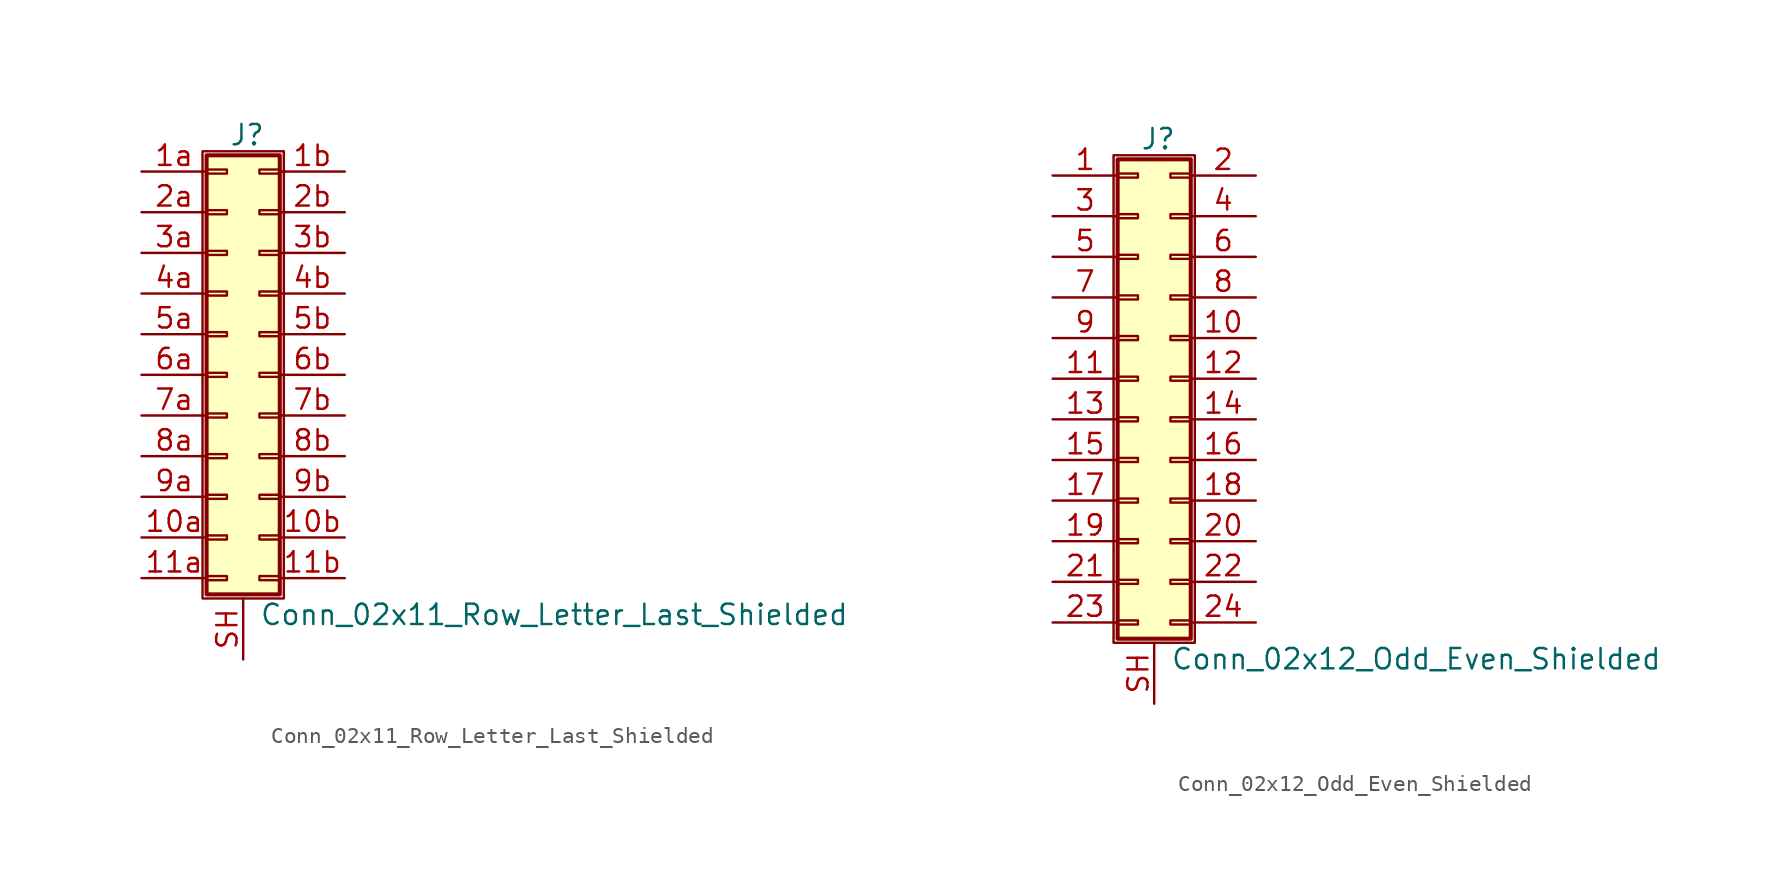
<source format=kicad_sym>
(kicad_symbol_lib
  (version 20211014)
  (generator kicad_symbol_editor)
  (symbol "Conn_02x11_Row_Letter_Last_Shielded"
    (pin_names
      (offset 1.016) hide)
    (property "Reference" "J"
      (at 1.524 14.986 0)
      (effects (font (size 1.27 1.27))))
    (property "Value" "Conn_02x11_Row_Letter_Last_Shielded"
      (at 2.286 -14.986 0)
      (effects (font (size 1.27 1.27)) (justify left)))
    (symbol "Conn_02x11_Row_Letter_Last_Shielded_1_1"
      (rectangle (start -1.27 13.97) (end 3.81 -13.97) (stroke (width 0.152) (type default) (color 0 0 0 0)) (fill (type none)))
      (rectangle (start -1.016 -12.573) (end 0.254 -12.827) (stroke (width 0.152) (type default) (color 0 0 0 0)) (fill (type none)))
      (rectangle (start -1.016 -10.033) (end 0.254 -10.287) (stroke (width 0.152) (type default) (color 0 0 0 0)) (fill (type none)))
      (rectangle (start -1.016 -7.493) (end 0.254 -7.747) (stroke (width 0.152) (type default) (color 0 0 0 0)) (fill (type none)))
      (rectangle (start -1.016 -4.953) (end 0.254 -5.207) (stroke (width 0.152) (type default) (color 0 0 0 0)) (fill (type none)))
      (rectangle (start -1.016 -2.413) (end 0.254 -2.667) (stroke (width 0.152) (type default) (color 0 0 0 0)) (fill (type none)))
      (rectangle (start -1.016 0.127) (end 0.254 -0.127) (stroke (width 0.152) (type default) (color 0 0 0 0)) (fill (type none)))
      (rectangle (start -1.016 2.667) (end 0.254 2.413) (stroke (width 0.152) (type default) (color 0 0 0 0)) (fill (type none)))
      (rectangle (start -1.016 5.207) (end 0.254 4.953) (stroke (width 0.152) (type default) (color 0 0 0 0)) (fill (type none)))
      (rectangle (start -1.016 7.747) (end 0.254 7.493) (stroke (width 0.152) (type default) (color 0 0 0 0)) (fill (type none)))
      (rectangle (start -1.016 10.287) (end 0.254 10.033) (stroke (width 0.152) (type default) (color 0 0 0 0)) (fill (type none)))
      (rectangle (start -1.016 12.827) (end 0.254 12.573) (stroke (width 0.152) (type default) (color 0 0 0 0)) (fill (type none)))
      (rectangle (start -1.016 13.716) (end 3.556 -13.716) (stroke (width 0.254) (type default) (color 0 0 0 0)) (fill (type background)))
      (rectangle (start 3.556 -12.573) (end 2.286 -12.827) (stroke (width 0.152) (type default) (color 0 0 0 0)) (fill (type none)))
      (rectangle (start 3.556 -10.033) (end 2.286 -10.287) (stroke (width 0.152) (type default) (color 0 0 0 0)) (fill (type none)))
      (rectangle (start 3.556 -7.493) (end 2.286 -7.747) (stroke (width 0.152) (type default) (color 0 0 0 0)) (fill (type none)))
      (rectangle (start 3.556 -4.953) (end 2.286 -5.207) (stroke (width 0.152) (type default) (color 0 0 0 0)) (fill (type none)))
      (rectangle (start 3.556 -2.413) (end 2.286 -2.667) (stroke (width 0.152) (type default) (color 0 0 0 0)) (fill (type none)))
      (rectangle (start 3.556 0.127) (end 2.286 -0.127) (stroke (width 0.152) (type default) (color 0 0 0 0)) (fill (type none)))
      (rectangle (start 3.556 2.667) (end 2.286 2.413) (stroke (width 0.152) (type default) (color 0 0 0 0)) (fill (type none)))
      (rectangle (start 3.556 5.207) (end 2.286 4.953) (stroke (width 0.152) (type default) (color 0 0 0 0)) (fill (type none)))
      (rectangle (start 3.556 7.747) (end 2.286 7.493) (stroke (width 0.152) (type default) (color 0 0 0 0)) (fill (type none)))
      (rectangle (start 3.556 10.287) (end 2.286 10.033) (stroke (width 0.152) (type default) (color 0 0 0 0)) (fill (type none)))
      (rectangle (start 3.556 12.827) (end 2.286 12.573) (stroke (width 0.152) (type default) (color 0 0 0 0)) (fill (type none)))
      (pin passive line (at -5.08 -10.16 0) (length 4.064) (name "Pin_10a" (effects (font (size 1.27 1.27)))) (number "10a" (effects (font (size 1.27 1.27)))))
      (pin passive line (at 7.62 -10.16 180) (length 4.064) (name "Pin_10b" (effects (font (size 1.27 1.27)))) (number "10b" (effects (font (size 1.27 1.27)))))
      (pin passive line (at -5.08 -12.7 0) (length 4.064) (name "Pin_11a" (effects (font (size 1.27 1.27)))) (number "11a" (effects (font (size 1.27 1.27)))))
      (pin passive line (at 7.62 -12.7 180) (length 4.064) (name "Pin_11b" (effects (font (size 1.27 1.27)))) (number "11b" (effects (font (size 1.27 1.27)))))
      (pin passive line (at -5.08 12.7 0) (length 4.064) (name "Pin_1a" (effects (font (size 1.27 1.27)))) (number "1a" (effects (font (size 1.27 1.27)))))
      (pin passive line (at 7.62 12.7 180) (length 4.064) (name "Pin_1b" (effects (font (size 1.27 1.27)))) (number "1b" (effects (font (size 1.27 1.27)))))
      (pin passive line (at -5.08 10.16 0) (length 4.064) (name "Pin_2a" (effects (font (size 1.27 1.27)))) (number "2a" (effects (font (size 1.27 1.27)))))
      (pin passive line (at 7.62 10.16 180) (length 4.064) (name "Pin_2b" (effects (font (size 1.27 1.27)))) (number "2b" (effects (font (size 1.27 1.27)))))
      (pin passive line (at -5.08 7.62 0) (length 4.064) (name "Pin_3a" (effects (font (size 1.27 1.27)))) (number "3a" (effects (font (size 1.27 1.27)))))
      (pin passive line (at 7.62 7.62 180) (length 4.064) (name "Pin_3b" (effects (font (size 1.27 1.27)))) (number "3b" (effects (font (size 1.27 1.27)))))
      (pin passive line (at -5.08 5.08 0) (length 4.064) (name "Pin_4a" (effects (font (size 1.27 1.27)))) (number "4a" (effects (font (size 1.27 1.27)))))
      (pin passive line (at 7.62 5.08 180) (length 4.064) (name "Pin_4b" (effects (font (size 1.27 1.27)))) (number "4b" (effects (font (size 1.27 1.27)))))
      (pin passive line (at -5.08 2.54 0) (length 4.064) (name "Pin_5a" (effects (font (size 1.27 1.27)))) (number "5a" (effects (font (size 1.27 1.27)))))
      (pin passive line (at 7.62 2.54 180) (length 4.064) (name "Pin_5b" (effects (font (size 1.27 1.27)))) (number "5b" (effects (font (size 1.27 1.27)))))
      (pin passive line (at -5.08 0 0) (length 4.064) (name "Pin_6a" (effects (font (size 1.27 1.27)))) (number "6a" (effects (font (size 1.27 1.27)))))
      (pin passive line (at 7.62 0 180) (length 4.064) (name "Pin_6b" (effects (font (size 1.27 1.27)))) (number "6b" (effects (font (size 1.27 1.27)))))
      (pin passive line (at -5.08 -2.54 0) (length 4.064) (name "Pin_7a" (effects (font (size 1.27 1.27)))) (number "7a" (effects (font (size 1.27 1.27)))))
      (pin passive line (at 7.62 -2.54 180) (length 4.064) (name "Pin_7b" (effects (font (size 1.27 1.27)))) (number "7b" (effects (font (size 1.27 1.27)))))
      (pin passive line (at -5.08 -5.08 0) (length 4.064) (name "Pin_8a" (effects (font (size 1.27 1.27)))) (number "8a" (effects (font (size 1.27 1.27)))))
      (pin passive line (at 7.62 -5.08 180) (length 4.064) (name "Pin_8b" (effects (font (size 1.27 1.27)))) (number "8b" (effects (font (size 1.27 1.27)))))
      (pin passive line (at -5.08 -7.62 0) (length 4.064) (name "Pin_9a" (effects (font (size 1.27 1.27)))) (number "9a" (effects (font (size 1.27 1.27)))))
      (pin passive line (at 7.62 -7.62 180) (length 4.064) (name "Pin_9b" (effects (font (size 1.27 1.27)))) (number "9b" (effects (font (size 1.27 1.27)))))
      (pin passive line (at 1.27 -17.78 90) (length 3.81) (name "Shield" (effects (font (size 1.27 1.27)))) (number "SH" (effects (font (size 1.27 1.27)))))))
  (symbol "Conn_02x12_Odd_Even_Shielded"
    (pin_names
      (offset 1.016) hide)
    (property "Reference" "J"
      (at 1.524 14.986 0)
      (effects (font (size 1.27 1.27))))
    (property "Value" "Conn_02x12_Odd_Even_Shielded"
      (at 2.286 -17.526 0)
      (effects (font (size 1.27 1.27)) (justify left)))
    (symbol "Conn_02x12_Odd_Even_Shielded_1_1"
      (rectangle (start -1.27 13.97) (end 3.81 -16.51) (stroke (width 0.152) (type default) (color 0 0 0 0)) (fill (type none)))
      (rectangle (start -1.016 -15.113) (end 0.254 -15.367) (stroke (width 0.152) (type default) (color 0 0 0 0)) (fill (type none)))
      (rectangle (start -1.016 -12.573) (end 0.254 -12.827) (stroke (width 0.152) (type default) (color 0 0 0 0)) (fill (type none)))
      (rectangle (start -1.016 -10.033) (end 0.254 -10.287) (stroke (width 0.152) (type default) (color 0 0 0 0)) (fill (type none)))
      (rectangle (start -1.016 -7.493) (end 0.254 -7.747) (stroke (width 0.152) (type default) (color 0 0 0 0)) (fill (type none)))
      (rectangle (start -1.016 -4.953) (end 0.254 -5.207) (stroke (width 0.152) (type default) (color 0 0 0 0)) (fill (type none)))
      (rectangle (start -1.016 -2.413) (end 0.254 -2.667) (stroke (width 0.152) (type default) (color 0 0 0 0)) (fill (type none)))
      (rectangle (start -1.016 0.127) (end 0.254 -0.127) (stroke (width 0.152) (type default) (color 0 0 0 0)) (fill (type none)))
      (rectangle (start -1.016 2.667) (end 0.254 2.413) (stroke (width 0.152) (type default) (color 0 0 0 0)) (fill (type none)))
      (rectangle (start -1.016 5.207) (end 0.254 4.953) (stroke (width 0.152) (type default) (color 0 0 0 0)) (fill (type none)))
      (rectangle (start -1.016 7.747) (end 0.254 7.493) (stroke (width 0.152) (type default) (color 0 0 0 0)) (fill (type none)))
      (rectangle (start -1.016 10.287) (end 0.254 10.033) (stroke (width 0.152) (type default) (color 0 0 0 0)) (fill (type none)))
      (rectangle (start -1.016 12.827) (end 0.254 12.573) (stroke (width 0.152) (type default) (color 0 0 0 0)) (fill (type none)))
      (rectangle (start -1.016 13.716) (end 3.556 -16.256) (stroke (width 0.254) (type default) (color 0 0 0 0)) (fill (type background)))
      (rectangle (start 3.556 -15.113) (end 2.286 -15.367) (stroke (width 0.152) (type default) (color 0 0 0 0)) (fill (type none)))
      (rectangle (start 3.556 -12.573) (end 2.286 -12.827) (stroke (width 0.152) (type default) (color 0 0 0 0)) (fill (type none)))
      (rectangle (start 3.556 -10.033) (end 2.286 -10.287) (stroke (width 0.152) (type default) (color 0 0 0 0)) (fill (type none)))
      (rectangle (start 3.556 -7.493) (end 2.286 -7.747) (stroke (width 0.152) (type default) (color 0 0 0 0)) (fill (type none)))
      (rectangle (start 3.556 -4.953) (end 2.286 -5.207) (stroke (width 0.152) (type default) (color 0 0 0 0)) (fill (type none)))
      (rectangle (start 3.556 -2.413) (end 2.286 -2.667) (stroke (width 0.152) (type default) (color 0 0 0 0)) (fill (type none)))
      (rectangle (start 3.556 0.127) (end 2.286 -0.127) (stroke (width 0.152) (type default) (color 0 0 0 0)) (fill (type none)))
      (rectangle (start 3.556 2.667) (end 2.286 2.413) (stroke (width 0.152) (type default) (color 0 0 0 0)) (fill (type none)))
      (rectangle (start 3.556 5.207) (end 2.286 4.953) (stroke (width 0.152) (type default) (color 0 0 0 0)) (fill (type none)))
      (rectangle (start 3.556 7.747) (end 2.286 7.493) (stroke (width 0.152) (type default) (color 0 0 0 0)) (fill (type none)))
      (rectangle (start 3.556 10.287) (end 2.286 10.033) (stroke (width 0.152) (type default) (color 0 0 0 0)) (fill (type none)))
      (rectangle (start 3.556 12.827) (end 2.286 12.573) (stroke (width 0.152) (type default) (color 0 0 0 0)) (fill (type none)))
      (pin passive line (at -5.08 12.7 0) (length 4.064) (name "Pin_1" (effects (font (size 1.27 1.27)))) (number "1" (effects (font (size 1.27 1.27)))))
      (pin passive line (at 7.62 2.54 180) (length 4.064) (name "Pin_10" (effects (font (size 1.27 1.27)))) (number "10" (effects (font (size 1.27 1.27)))))
      (pin passive line (at -5.08 0 0) (length 4.064) (name "Pin_11" (effects (font (size 1.27 1.27)))) (number "11" (effects (font (size 1.27 1.27)))))
      (pin passive line (at 7.62 0 180) (length 4.064) (name "Pin_12" (effects (font (size 1.27 1.27)))) (number "12" (effects (font (size 1.27 1.27)))))
      (pin passive line (at -5.08 -2.54 0) (length 4.064) (name "Pin_13" (effects (font (size 1.27 1.27)))) (number "13" (effects (font (size 1.27 1.27)))))
      (pin passive line (at 7.62 -2.54 180) (length 4.064) (name "Pin_14" (effects (font (size 1.27 1.27)))) (number "14" (effects (font (size 1.27 1.27)))))
      (pin passive line (at -5.08 -5.08 0) (length 4.064) (name "Pin_15" (effects (font (size 1.27 1.27)))) (number "15" (effects (font (size 1.27 1.27)))))
      (pin passive line (at 7.62 -5.08 180) (length 4.064) (name "Pin_16" (effects (font (size 1.27 1.27)))) (number "16" (effects (font (size 1.27 1.27)))))
      (pin passive line (at -5.08 -7.62 0) (length 4.064) (name "Pin_17" (effects (font (size 1.27 1.27)))) (number "17" (effects (font (size 1.27 1.27)))))
      (pin passive line (at 7.62 -7.62 180) (length 4.064) (name "Pin_18" (effects (font (size 1.27 1.27)))) (number "18" (effects (font (size 1.27 1.27)))))
      (pin passive line (at -5.08 -10.16 0) (length 4.064) (name "Pin_19" (effects (font (size 1.27 1.27)))) (number "19" (effects (font (size 1.27 1.27)))))
      (pin passive line (at 7.62 12.7 180) (length 4.064) (name "Pin_2" (effects (font (size 1.27 1.27)))) (number "2" (effects (font (size 1.27 1.27)))))
      (pin passive line (at 7.62 -10.16 180) (length 4.064) (name "Pin_20" (effects (font (size 1.27 1.27)))) (number "20" (effects (font (size 1.27 1.27)))))
      (pin passive line (at -5.08 -12.7 0) (length 4.064) (name "Pin_21" (effects (font (size 1.27 1.27)))) (number "21" (effects (font (size 1.27 1.27)))))
      (pin passive line (at 7.62 -12.7 180) (length 4.064) (name "Pin_22" (effects (font (size 1.27 1.27)))) (number "22" (effects (font (size 1.27 1.27)))))
      (pin passive line (at -5.08 -15.24 0) (length 4.064) (name "Pin_23" (effects (font (size 1.27 1.27)))) (number "23" (effects (font (size 1.27 1.27)))))
      (pin passive line (at 7.62 -15.24 180) (length 4.064) (name "Pin_24" (effects (font (size 1.27 1.27)))) (number "24" (effects (font (size 1.27 1.27)))))
      (pin passive line (at -5.08 10.16 0) (length 4.064) (name "Pin_3" (effects (font (size 1.27 1.27)))) (number "3" (effects (font (size 1.27 1.27)))))
      (pin passive line (at 7.62 10.16 180) (length 4.064) (name "Pin_4" (effects (font (size 1.27 1.27)))) (number "4" (effects (font (size 1.27 1.27)))))
      (pin passive line (at -5.08 7.62 0) (length 4.064) (name "Pin_5" (effects (font (size 1.27 1.27)))) (number "5" (effects (font (size 1.27 1.27)))))
      (pin passive line (at 7.62 7.62 180) (length 4.064) (name "Pin_6" (effects (font (size 1.27 1.27)))) (number "6" (effects (font (size 1.27 1.27)))))
      (pin passive line (at -5.08 5.08 0) (length 4.064) (name "Pin_7" (effects (font (size 1.27 1.27)))) (number "7" (effects (font (size 1.27 1.27)))))
      (pin passive line (at 7.62 5.08 180) (length 4.064) (name "Pin_8" (effects (font (size 1.27 1.27)))) (number "8" (effects (font (size 1.27 1.27)))))
      (pin passive line (at -5.08 2.54 0) (length 4.064) (name "Pin_9" (effects (font (size 1.27 1.27)))) (number "9" (effects (font (size 1.27 1.27)))))
      (pin passive line (at 1.27 -20.32 90) (length 3.81) (name "Shield" (effects (font (size 1.27 1.27)))) (number "SH" (effects (font (size 1.27 1.27))))))))
</source>
